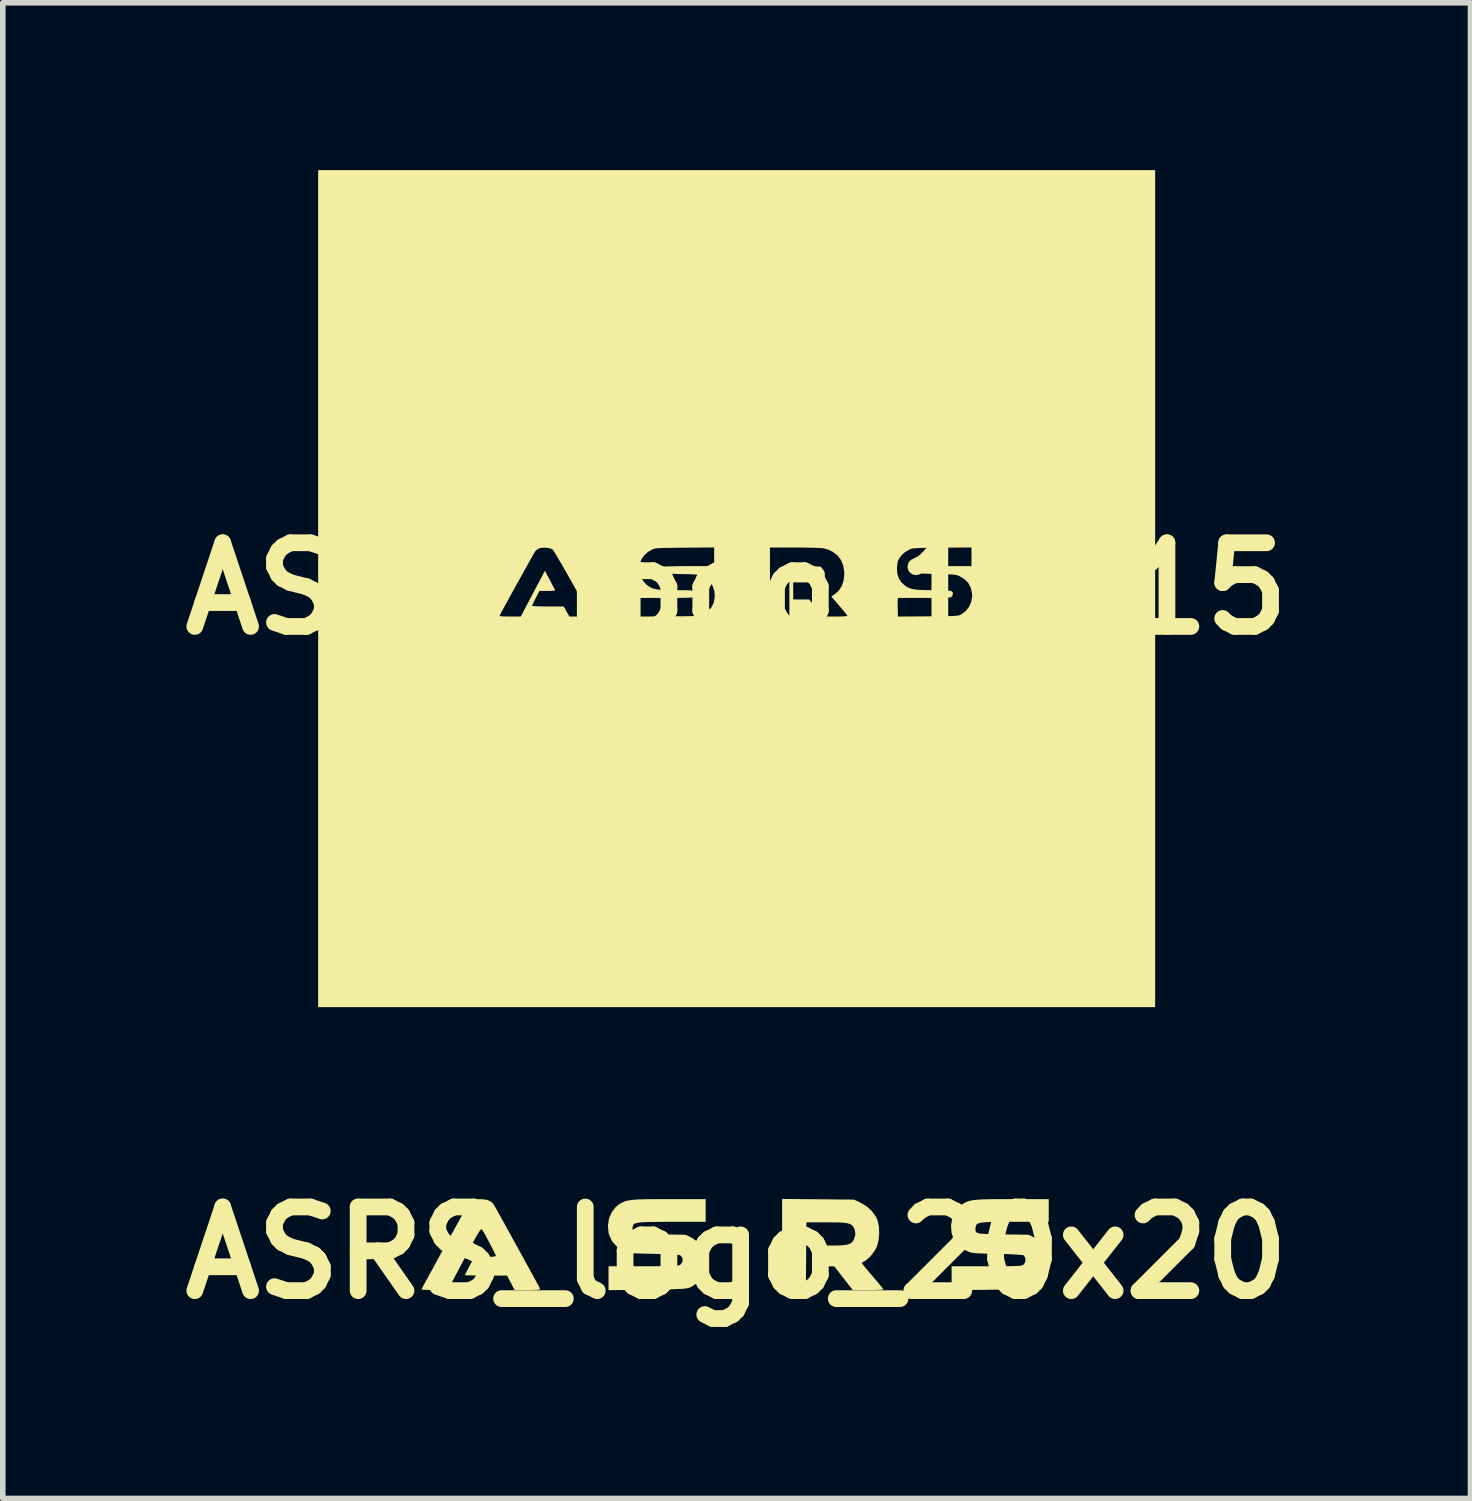
<source format=kicad_pcb>
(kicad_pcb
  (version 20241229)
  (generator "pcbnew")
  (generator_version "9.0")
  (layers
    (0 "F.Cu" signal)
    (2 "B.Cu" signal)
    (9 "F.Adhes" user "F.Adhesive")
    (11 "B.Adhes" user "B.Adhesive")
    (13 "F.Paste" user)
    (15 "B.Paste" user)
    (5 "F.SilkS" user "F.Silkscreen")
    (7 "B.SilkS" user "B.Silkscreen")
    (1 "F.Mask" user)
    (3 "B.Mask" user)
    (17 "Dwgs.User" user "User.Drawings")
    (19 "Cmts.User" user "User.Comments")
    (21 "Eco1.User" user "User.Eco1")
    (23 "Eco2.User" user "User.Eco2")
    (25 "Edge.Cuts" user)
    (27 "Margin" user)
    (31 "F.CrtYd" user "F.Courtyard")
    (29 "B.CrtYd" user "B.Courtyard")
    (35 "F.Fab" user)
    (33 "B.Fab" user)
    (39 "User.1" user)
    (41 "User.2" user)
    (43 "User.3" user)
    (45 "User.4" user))
  (footprint "ASRS_logo_15x15"
    (layer "F.Cu")
    (at 10.157 7.503)
    (property "Reference" "ASRS_logo_15x15" (at 0 0 0) (layer "F.SilkS") (effects (font (size 1.5 1.5) (thickness 0.3))))
    (attr board_only exclude_from_pos_files exclude_from_bom)
    (fp_poly (pts (xy 7.503 0) (xy 7.503 7.503) (xy 0 7.503) (xy -7.503 7.503) (xy -7.503 0.487) (xy -4.247 0.487) (xy -4.237 0.493) (xy -4.214 0.497) (xy -4.173 0.499) (xy -4.11 0.5) (xy -4.062 0.5) (xy -3.87 0.5) (xy -3.824 0.413) (xy -3.805 0.377) (xy -3.776 0.321) (xy -3.738 0.249) (xy -3.694 0.165) (xy -3.646 0.075) (xy -3.608 0.003) (xy -3.437 -0.32) (xy -3.348 -0.151) (xy -3.315 -0.088) (xy -3.287 -0.035) (xy -3.266 0.006) (xy -3.255 0.028) (xy -3.254 0.03) (xy -3.265 0.035) (xy -3.298 0.039) (xy -3.348 0.041) (xy -3.393 0.042) (xy -3.536 0.042) (xy -3.603 0.17) (xy -3.63 0.225) (xy -3.652 0.27) (xy -3.666 0.3) (xy -3.669 0.309) (xy -3.655 0.312) (xy -3.618 0.315) (xy -3.562 0.317) (xy -3.49 0.319) (xy -3.407 0.32) (xy -3.384 0.32) (xy -3.1 0.32) (xy -3.049 0.41) (xy -2.999 0.5) (xy -2.813 0.5) (xy -2.744 0.499) (xy -2.687 0.497) (xy -2.646 0.495) (xy -2.627 0.491) (xy -2.626 0.49) (xy -2.633 0.473) (xy -2.652 0.434) (xy -2.682 0.377) (xy -2.721 0.306) (xy -2.767 0.221) (xy -2.819 0.127) (xy -2.875 0.027) (xy -2.933 -0.077) (xy -2.993 -0.182) (xy -3.051 -0.285) (xy -3.08 -0.335) (xy -1.74 -0.335) (xy -1.727 -0.24) (xy -1.692 -0.158) (xy -1.63 -0.085) (xy -1.612 -0.068) (xy -1.575 -0.04) (xy -1.536 -0.017) (xy -1.491 -0.000293) (xy -1.437 0.012) (xy -1.369 0.02) (xy -1.284 0.025) (xy -1.178 0.027) (xy -1.085 0.028) (xy -0.985 0.028) (xy -0.909 0.029) (xy -0.853 0.031) (xy -0.814 0.034) (xy -0.787 0.038) (xy -0.771 0.044) (xy -0.762 0.051) (xy -0.739 0.086) (xy -0.743 0.124) (xy -0.758 0.145) (xy -0.767 0.151) (xy -0.782 0.156) (xy -0.807 0.159) (xy -0.844 0.162) (xy -0.895 0.164) (xy -0.964 0.166) (xy -1.053 0.166) (xy -1.166 0.167) (xy -1.252 0.167) (xy -1.723 0.167) (xy -1.723 0.334) (xy -1.723 0.501) (xy -1.185 0.497) (xy -1.048 0.496) (xy -0.936 0.495) (xy -0.846 0.494) (xy -0.776 0.492) (xy -0.722 0.49) (xy -0.681 0.488) (xy -0.651 0.484) (xy -0.629 0.479) (xy -0.612 0.474) (xy -0.596 0.467) (xy -0.59 0.463) (xy -0.516 0.41) (xy -0.456 0.341) (xy -0.415 0.262) (xy -0.411 0.248) (xy -0.392 0.142) (xy -0.399 0.042) (xy -0.431 -0.049) (xy -0.479 -0.118) (xy 0.597 -0.118) (xy 0.597 0.5) (xy 0.771 0.5) (xy 0.945 0.5) (xy 0.945 0.048) (xy 0.945 -0.405) (xy 1.224 -0.4) (xy 1.503 -0.396) (xy 1.544 -0.351) (xy 1.577 -0.296) (xy 1.582 -0.238) (xy 1.564 -0.183) (xy 1.549 -0.158) (xy 1.528 -0.14) (xy 1.499 -0.127) (xy 1.456 -0.119) (xy 1.397 -0.114) (xy 1.316 -0.112) (xy 1.243 -0.111) (xy 1.014 -0.111) (xy 1.014 0.042) (xy 1.014 0.195) (xy 1.158 0.195) (xy 1.301 0.195) (xy 1.423 0.347) (xy 1.545 0.5) (xy 1.766 0.5) (xy 1.841 0.5) (xy 1.905 0.498) (xy 1.953 0.495) (xy 1.982 0.492) (xy 1.987 0.49) (xy 1.978 0.476) (xy 1.955 0.445) (xy 1.919 0.401) (xy 1.874 0.348) (xy 1.842 0.31) (xy 1.697 0.142) (xy 1.752 0.105) (xy 1.828 0.039) (xy 1.884 -0.046) (xy 1.918 -0.146) (xy 1.93 -0.26) (xy 1.929 -0.297) (xy 1.92 -0.351) (xy 2.874 -0.351) (xy 2.882 -0.256) (xy 2.91 -0.177) (xy 2.959 -0.108) (xy 3.001 -0.068) (xy 3.038 -0.04) (xy 3.077 -0.018) (xy 3.121 -0.001) (xy 3.175 0.012) (xy 3.242 0.02) (xy 3.326 0.025) (xy 3.431 0.027) (xy 3.531 0.028) (xy 3.638 0.028) (xy 3.721 0.03) (xy 3.782 0.033) (xy 3.824 0.038) (xy 3.852 0.047) (xy 3.868 0.059) (xy 3.875 0.076) (xy 3.877 0.097) (xy 3.877 0.097) (xy 3.867 0.128) (xy 3.855 0.145) (xy 3.846 0.151) (xy 3.831 0.156) (xy 3.806 0.159) (xy 3.77 0.162) (xy 3.718 0.164) (xy 3.649 0.166) (xy 3.56 0.166) (xy 3.447 0.167) (xy 3.363 0.167) (xy 2.892 0.167) (xy 2.888 0.198) (xy 2.886 0.225) (xy 2.886 0.272) (xy 2.887 0.331) (xy 2.888 0.365) (xy 2.892 0.501) (xy 3.43 0.497) (xy 3.566 0.496) (xy 3.678 0.495) (xy 3.767 0.494) (xy 3.838 0.492) (xy 3.892 0.49) (xy 3.932 0.487) (xy 3.962 0.484) (xy 3.984 0.479) (xy 4.002 0.474) (xy 4.017 0.467) (xy 4.024 0.463) (xy 4.104 0.405) (xy 4.165 0.329) (xy 4.205 0.24) (xy 4.221 0.141) (xy 4.219 0.081) (xy 4.196 -0.019) (xy 4.15 -0.104) (xy 4.08 -0.173) (xy 3.989 -0.227) (xy 3.966 -0.236) (xy 3.941 -0.243) (xy 3.91 -0.249) (xy 3.869 -0.253) (xy 3.814 -0.256) (xy 3.741 -0.258) (xy 3.646 -0.26) (xy 3.592 -0.261) (xy 3.488 -0.264) (xy 3.399 -0.267) (xy 3.326 -0.271) (xy 3.274 -0.275) (xy 3.245 -0.279) (xy 3.241 -0.281) (xy 3.226 -0.309) (xy 3.225 -0.346) (xy 3.238 -0.378) (xy 3.251 -0.389) (xy 3.273 -0.393) (xy 3.321 -0.396) (xy 3.395 -0.399) (xy 3.492 -0.401) (xy 3.611 -0.403) (xy 3.744 -0.403) (xy 4.21 -0.403) (xy 4.21 -0.57) (xy 4.21 -0.738) (xy 3.686 -0.734) (xy 3.551 -0.733) (xy 3.441 -0.731) (xy 3.353 -0.73) (xy 3.284 -0.729) (xy 3.23 -0.726) (xy 3.19 -0.723) (xy 3.16 -0.72) (xy 3.136 -0.715) (xy 3.117 -0.709) (xy 3.098 -0.701) (xy 3.09 -0.697) (xy 3.014 -0.651) (xy 2.949 -0.59) (xy 2.903 -0.521) (xy 2.897 -0.509) (xy 2.883 -0.458) (xy 2.875 -0.39) (xy 2.874 -0.351) (xy 1.92 -0.351) (xy 1.911 -0.413) (xy 1.87 -0.513) (xy 1.807 -0.596) (xy 1.724 -0.66) (xy 1.622 -0.706) (xy 1.553 -0.723) (xy 1.522 -0.726) (xy 1.467 -0.729) (xy 1.392 -0.732) (xy 1.302 -0.734) (xy 1.2 -0.736) (xy 1.09 -0.736) (xy 1.04 -0.736) (xy 0.597 -0.736) (xy 0.597 -0.118) (xy -0.479 -0.118) (xy -0.486 -0.128) (xy -0.564 -0.193) (xy -0.608 -0.218) (xy -0.633 -0.23) (xy -0.656 -0.239) (xy -0.681 -0.246) (xy -0.712 -0.251) (xy -0.753 -0.254) (xy -0.808 -0.257) (xy -0.881 -0.259) (xy -0.976 -0.261) (xy -1.02 -0.261) (xy -1.123 -0.264) (xy -1.212 -0.267) (xy -1.285 -0.271) (xy -1.338 -0.275) (xy -1.367 -0.279) (xy -1.372 -0.281) (xy -1.388 -0.309) (xy -1.388 -0.346) (xy -1.375 -0.378) (xy -1.363 -0.389) (xy -1.34 -0.393) (xy -1.292 -0.396) (xy -1.218 -0.399) (xy -1.121 -0.401) (xy -1.003 -0.403) (xy -0.869 -0.403) (xy -0.403 -0.403) (xy -0.403 -0.57) (xy -0.403 -0.738) (xy -0.927 -0.734) (xy -1.062 -0.733) (xy -1.172 -0.731) (xy -1.26 -0.73) (xy -1.329 -0.729) (xy -1.382 -0.726) (xy -1.423 -0.724) (xy -1.453 -0.72) (xy -1.477 -0.715) (xy -1.496 -0.709) (xy -1.515 -0.701) (xy -1.525 -0.696) (xy -1.593 -0.655) (xy -1.654 -0.599) (xy -1.701 -0.535) (xy -1.725 -0.481) (xy -1.733 -0.435) (xy -1.739 -0.376) (xy -1.74 -0.335) (xy -3.08 -0.335) (xy -3.107 -0.383) (xy -3.159 -0.472) (xy -3.205 -0.551) (xy -3.244 -0.616) (xy -3.274 -0.665) (xy -3.293 -0.694) (xy -3.298 -0.701) (xy -3.341 -0.72) (xy -3.4 -0.732) (xy -3.464 -0.734) (xy -3.523 -0.727) (xy -3.534 -0.723) (xy -3.576 -0.702) (xy -3.609 -0.672) (xy -3.611 -0.669) (xy -3.622 -0.65) (xy -3.646 -0.61) (xy -3.679 -0.552) (xy -3.72 -0.479) (xy -3.768 -0.393) (xy -3.82 -0.299) (xy -3.876 -0.198) (xy -3.934 -0.095) (xy -3.991 0.009) (xy -4.046 0.109) (xy -4.098 0.204) (xy -4.145 0.289) (xy -4.185 0.362) (xy -4.216 0.42) (xy -4.237 0.46) (xy -4.247 0.479) (xy -4.247 0.479) (xy -4.247 0.487) (xy -7.503 0.487) (xy -7.503 0) (xy -7.503 -7.503) (xy 0 -7.503) (xy 7.503 -7.503)) (stroke (width 0) (type solid)) (fill yes) (layer "F.SilkS")))
  (footprint "ASRS_logo_20x20"
    (layer "F.Cu")
    (at 10.157 19.411)
    (property "Reference" "ASRS_logo_20x20" (at 0 0 0) (layer "F.SilkS") (effects (font (size 1.5 1.5) (thickness 0.3))))
    (attr board_only exclude_from_pos_files exclude_from_bom)
    (fp_poly (pts (xy 1.459 -0.96) (xy 2.103 -0.954) (xy 2.219 -0.9) (xy 2.33 -0.834) (xy 2.425 -0.747) (xy 2.497 -0.648) (xy 2.527 -0.58) (xy 2.55 -0.473) (xy 2.556 -0.349) (xy 2.545 -0.226) (xy 2.519 -0.122) (xy 2.484 -0.053) (xy 2.434 0.019) (xy 2.376 0.085) (xy 2.318 0.135) (xy 2.275 0.159) (xy 2.249 0.174) (xy 2.245 0.186) (xy 2.259 0.205) (xy 2.292 0.246) (xy 2.341 0.306) (xy 2.402 0.378) (xy 2.441 0.424) (xy 2.506 0.5) (xy 2.561 0.566) (xy 2.603 0.618) (xy 2.627 0.649) (xy 2.631 0.656) (xy 2.613 0.66) (xy 2.565 0.663) (xy 2.493 0.666) (xy 2.403 0.667) (xy 2.356 0.667) (xy 2.08 0.667) (xy 1.916 0.455) (xy 1.751 0.243) (xy 1.561 0.242) (xy 1.371 0.241) (xy 1.371 0.056) (xy 1.371 -0.13) (xy 1.668 -0.13) (xy 1.799 -0.131) (xy 1.898 -0.135) (xy 1.971 -0.144) (xy 2.023 -0.159) (xy 2.06 -0.182) (xy 2.087 -0.213) (xy 2.102 -0.24) (xy 2.129 -0.326) (xy 2.118 -0.411) (xy 2.104 -0.442) (xy 2.084 -0.475) (xy 2.06 -0.501) (xy 2.025 -0.519) (xy 1.977 -0.532) (xy 1.909 -0.54) (xy 1.817 -0.545) (xy 1.695 -0.546) (xy 1.614 -0.547) (xy 1.251 -0.547) (xy 1.246 0.06) (xy 1.241 0.667) (xy 1.028 0.667) (xy 0.815 0.667) (xy 0.815 -0.149) (xy 0.815 -0.966)) (stroke (width 0) (type solid)) (fill yes) (layer "F.SilkS"))
    (fp_poly (pts (xy -4.479 -0.951) (xy -4.4 -0.914) (xy -4.355 -0.866) (xy -4.34 -0.839) (xy -4.309 -0.785) (xy -4.265 -0.707) (xy -4.211 -0.609) (xy -4.148 -0.495) (xy -4.079 -0.37) (xy -4.006 -0.238) (xy -3.931 -0.101) (xy -3.856 0.035) (xy -3.784 0.166) (xy -3.716 0.289) (xy -3.656 0.4) (xy -3.604 0.495) (xy -3.564 0.569) (xy -3.537 0.619) (xy -3.526 0.64) (xy -3.526 0.64) (xy -3.527 0.652) (xy -3.544 0.659) (xy -3.582 0.664) (xy -3.646 0.666) (xy -3.742 0.667) (xy -3.749 0.667) (xy -3.981 0.667) (xy -4.049 0.537) (xy -4.117 0.408) (xy -4.495 0.408) (xy -4.609 0.407) (xy -4.709 0.406) (xy -4.79 0.405) (xy -4.846 0.403) (xy -4.871 0.401) (xy -4.873 0.4) (xy -4.864 0.382) (xy -4.842 0.338) (xy -4.811 0.277) (xy -4.788 0.234) (xy -4.703 0.074) (xy -4.51 0.074) (xy -4.42 0.072) (xy -4.356 0.068) (xy -4.321 0.06) (xy -4.317 0.055) (xy -4.325 0.033) (xy -4.347 -0.015) (xy -4.38 -0.08) (xy -4.419 -0.155) (xy -4.46 -0.233) (xy -4.499 -0.306) (xy -4.533 -0.366) (xy -4.558 -0.407) (xy -4.563 -0.415) (xy -4.571 -0.422) (xy -4.581 -0.42) (xy -4.596 -0.407) (xy -4.616 -0.379) (xy -4.644 -0.334) (xy -4.682 -0.268) (xy -4.73 -0.179) (xy -4.792 -0.063) (xy -4.869 0.082) (xy -4.883 0.108) (xy -5.178 0.666) (xy -5.414 0.667) (xy -5.503 0.666) (xy -5.577 0.664) (xy -5.628 0.661) (xy -5.65 0.657) (xy -5.651 0.656) (xy -5.642 0.639) (xy -5.618 0.593) (xy -5.58 0.523) (xy -5.53 0.431) (xy -5.471 0.323) (xy -5.405 0.202) (xy -5.334 0.072) (xy -5.259 -0.064) (xy -5.184 -0.2) (xy -5.11 -0.335) (xy -5.04 -0.462) (xy -4.975 -0.58) (xy -4.918 -0.683) (xy -4.871 -0.768) (xy -4.836 -0.831) (xy -4.814 -0.868) (xy -4.811 -0.873) (xy -4.759 -0.923) (xy -4.679 -0.954) (xy -4.585 -0.963)) (stroke (width 0) (type solid)) (fill yes) (layer "F.SilkS"))
    (fp_poly (pts (xy 5.595 -0.76) (xy 5.595 -0.556) (xy 4.988 -0.556) (xy 4.81 -0.555) (xy 4.664 -0.554) (xy 4.549 -0.552) (xy 4.46 -0.548) (xy 4.394 -0.542) (xy 4.348 -0.533) (xy 4.317 -0.52) (xy 4.298 -0.503) (xy 4.289 -0.482) (xy 4.284 -0.456) (xy 4.283 -0.448) (xy 4.281 -0.415) (xy 4.283 -0.39) (xy 4.295 -0.37) (xy 4.319 -0.356) (xy 4.361 -0.346) (xy 4.423 -0.34) (xy 4.511 -0.336) (xy 4.627 -0.333) (xy 4.776 -0.331) (xy 5.234 -0.324) (xy 5.34 -0.272) (xy 5.446 -0.202) (xy 5.525 -0.112) (xy 5.579 -0.009) (xy 5.606 0.103) (xy 5.608 0.218) (xy 5.585 0.33) (xy 5.538 0.434) (xy 5.465 0.524) (xy 5.369 0.596) (xy 5.284 0.632) (xy 5.245 0.639) (xy 5.172 0.646) (xy 5.065 0.651) (xy 4.924 0.656) (xy 4.747 0.659) (xy 4.534 0.662) (xy 3.854 0.67) (xy 3.854 0.455) (xy 3.854 0.241) (xy 4.483 0.241) (xy 4.653 0.241) (xy 4.789 0.24) (xy 4.896 0.24) (xy 4.978 0.238) (xy 5.038 0.235) (xy 5.081 0.232) (xy 5.11 0.226) (xy 5.129 0.22) (xy 5.143 0.211) (xy 5.152 0.202) (xy 5.178 0.153) (xy 5.176 0.095) (xy 5.148 0.046) (xy 5.125 0.04) (xy 5.068 0.035) (xy 4.983 0.029) (xy 4.874 0.024) (xy 4.744 0.02) (xy 4.672 0.019) (xy 4.531 0.016) (xy 4.42 0.013) (xy 4.337 0.01) (xy 4.274 0.005) (xy 4.227 -0.000483) (xy 4.191 -0.008) (xy 4.16 -0.019) (xy 4.128 -0.033) (xy 4.108 -0.043) (xy 3.998 -0.116) (xy 3.915 -0.211) (xy 3.863 -0.325) (xy 3.853 -0.362) (xy 3.843 -0.49) (xy 3.863 -0.614) (xy 3.911 -0.727) (xy 3.984 -0.822) (xy 4.038 -0.866) (xy 4.076 -0.89) (xy 4.115 -0.91) (xy 4.157 -0.926) (xy 4.208 -0.939) (xy 4.272 -0.948) (xy 4.351 -0.955) (xy 4.451 -0.959) (xy 4.576 -0.962) (xy 4.729 -0.963) (xy 4.914 -0.963) (xy 4.941 -0.963) (xy 5.595 -0.963)) (stroke (width 0) (type solid)) (fill yes) (layer "F.SilkS"))
    (fp_poly (pts (xy -0.556 -0.76) (xy -0.556 -0.556) (xy -1.163 -0.556) (xy -1.341 -0.555) (xy -1.486 -0.554) (xy -1.602 -0.552) (xy -1.691 -0.548) (xy -1.756 -0.542) (xy -1.803 -0.532) (xy -1.834 -0.52) (xy -1.852 -0.503) (xy -1.862 -0.481) (xy -1.866 -0.454) (xy -1.868 -0.441) (xy -1.866 -0.388) (xy -1.847 -0.359) (xy -1.84 -0.355) (xy -1.812 -0.35) (xy -1.753 -0.344) (xy -1.669 -0.34) (xy -1.564 -0.335) (xy -1.444 -0.332) (xy -1.362 -0.331) (xy -0.917 -0.324) (xy -0.81 -0.272) (xy -0.697 -0.197) (xy -0.613 -0.101) (xy -0.56 0.014) (xy -0.54 0.146) (xy -0.541 0.205) (xy -0.567 0.332) (xy -0.624 0.446) (xy -0.707 0.541) (xy -0.811 0.61) (xy -0.867 0.632) (xy -0.906 0.639) (xy -0.979 0.646) (xy -1.086 0.651) (xy -1.227 0.656) (xy -1.404 0.659) (xy -1.616 0.662) (xy -2.297 0.67) (xy -2.297 0.455) (xy -2.297 0.241) (xy -1.667 0.241) (xy -1.498 0.241) (xy -1.361 0.24) (xy -1.254 0.239) (xy -1.172 0.238) (xy -1.112 0.235) (xy -1.069 0.231) (xy -1.04 0.226) (xy -1.021 0.219) (xy -1.008 0.211) (xy -1 0.204) (xy -0.968 0.151) (xy -0.972 0.096) (xy -0.99 0.064) (xy -1 0.053) (xy -1.016 0.044) (xy -1.041 0.037) (xy -1.082 0.032) (xy -1.141 0.028) (xy -1.223 0.025) (xy -1.334 0.022) (xy -1.476 0.019) (xy -1.618 0.016) (xy -1.729 0.013) (xy -1.813 0.01) (xy -1.876 0.005) (xy -1.923 -0.000362) (xy -1.959 -0.008) (xy -1.99 -0.019) (xy -2.022 -0.033) (xy -2.043 -0.043) (xy -2.153 -0.116) (xy -2.236 -0.211) (xy -2.288 -0.325) (xy -2.297 -0.362) (xy -2.308 -0.49) (xy -2.288 -0.614) (xy -2.24 -0.727) (xy -2.167 -0.822) (xy -2.113 -0.866) (xy -2.075 -0.89) (xy -2.036 -0.91) (xy -1.993 -0.926) (xy -1.942 -0.939) (xy -1.879 -0.948) (xy -1.799 -0.955) (xy -1.699 -0.959) (xy -1.575 -0.962) (xy -1.422 -0.963) (xy -1.237 -0.963) (xy -1.21 -0.963) (xy -0.556 -0.963)) (stroke (width 0) (type solid)) (fill yes) (layer "F.SilkS")))
  (gr_rect
    (start -3 -3)
    (end 23.314 23.815)
    (stroke (width 0.1) (type default))
    (fill no)
    (layer "Edge.Cuts")))
</source>
